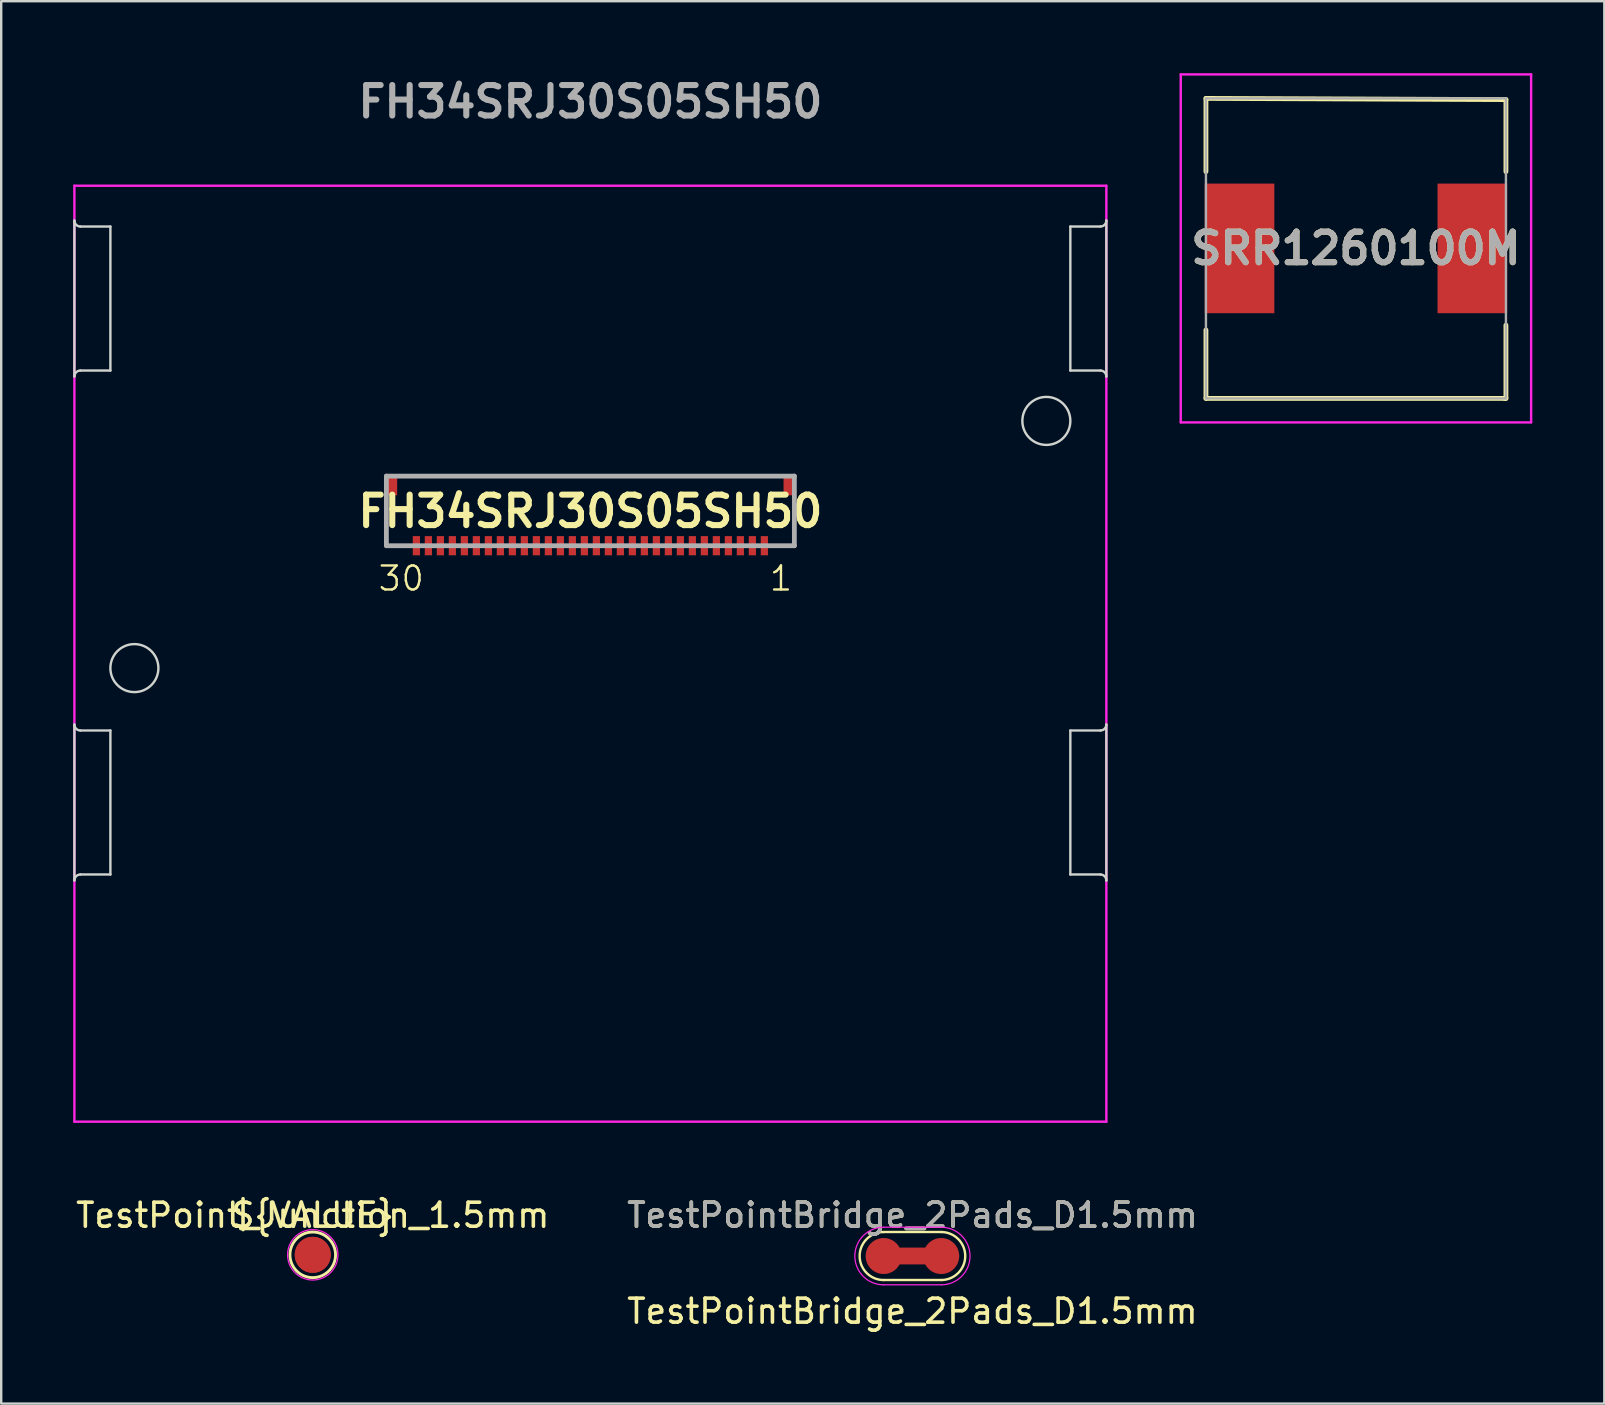
<source format=kicad_pcb>
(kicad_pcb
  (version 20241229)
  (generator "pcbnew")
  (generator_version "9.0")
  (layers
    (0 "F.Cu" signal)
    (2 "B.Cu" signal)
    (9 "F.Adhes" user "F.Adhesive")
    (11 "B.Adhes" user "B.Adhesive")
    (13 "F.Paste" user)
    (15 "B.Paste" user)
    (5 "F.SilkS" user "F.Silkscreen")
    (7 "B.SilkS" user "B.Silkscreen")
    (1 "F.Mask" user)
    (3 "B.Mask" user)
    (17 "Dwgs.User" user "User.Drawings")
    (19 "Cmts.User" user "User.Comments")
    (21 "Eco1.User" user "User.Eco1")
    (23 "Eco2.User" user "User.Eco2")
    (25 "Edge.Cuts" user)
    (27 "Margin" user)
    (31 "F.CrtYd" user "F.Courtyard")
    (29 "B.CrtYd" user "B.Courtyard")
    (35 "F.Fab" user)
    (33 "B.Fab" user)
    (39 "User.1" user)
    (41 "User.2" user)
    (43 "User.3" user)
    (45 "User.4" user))
  (footprint "SRR1260100M"
    (layer "F.Cu")
    (at 53.45 7.3)
    (property "Reference" "SRR1260100M" (at 0 0 0) (layer "F.SilkS") (effects (font (size 1.27 1.27) (thickness 0.254))))
    (attr smd)
    (fp_line (start -6.25 -6.25) (end -6.25 -3.2) (stroke (width 0.2) (type solid)) (layer "F.SilkS"))
    (fp_line (start -6.25 3.4) (end -6.25 6.25) (stroke (width 0.2) (type solid)) (layer "F.SilkS"))
    (fp_line (start -6.25 6.25) (end 6.2 6.25) (stroke (width 0.2) (type solid)) (layer "F.SilkS"))
    (fp_line (start 6.2 6.25) (end 6.25 6.25) (stroke (width 0.2) (type solid)) (layer "F.SilkS"))
    (fp_line (start 6.25 -6.2) (end -6.25 -6.25) (stroke (width 0.2) (type solid)) (layer "F.SilkS"))
    (fp_line (start 6.25 -3.2) (end 6.25 -6.2) (stroke (width 0.2) (type solid)) (layer "F.SilkS"))
    (fp_line (start 6.25 6.25) (end 6.25 3.2) (stroke (width 0.2) (type solid)) (layer "F.SilkS"))
    (fp_line (start -7.3 -7.25) (end 7.3 -7.25) (stroke (width 0.1) (type solid)) (layer "F.CrtYd"))
    (fp_line (start -7.3 7.25) (end -7.3 -7.25) (stroke (width 0.1) (type solid)) (layer "F.CrtYd"))
    (fp_line (start 7.3 -7.25) (end 7.3 7.25) (stroke (width 0.1) (type solid)) (layer "F.CrtYd"))
    (fp_line (start 7.3 7.25) (end -7.3 7.25) (stroke (width 0.1) (type solid)) (layer "F.CrtYd"))
    (fp_line (start -6.25 -6.25) (end -6.25 6.25) (stroke (width 0.1) (type solid)) (layer "F.Fab"))
    (fp_line (start -6.25 6.25) (end 6.25 6.25) (stroke (width 0.1) (type solid)) (layer "F.Fab"))
    (fp_line (start 6.25 -6.25) (end -6.25 -6.25) (stroke (width 0.1) (type solid)) (layer "F.Fab"))
    (fp_line (start 6.25 6.25) (end 6.25 -6.25) (stroke (width 0.1) (type solid)) (layer "F.Fab"))
    (fp_text user "${REFERENCE}" (at 0 0 0) (layer "F.Fab") (effects (font (size 1.27 1.27) (thickness 0.254))))
    (pad "1" smd rect (at -4.85 0) (size 2.9 5.4) (layers "F.Cu" "F.Mask" "F.Paste"))
    (pad "2" smd rect (at 4.85 0) (size 2.9 5.4) (layers "F.Cu" "F.Mask" "F.Paste")))
  (footprint "FH34SRJ30S05SH50"
    (layer "F.Cu")
    (at 21.55 19.689)
    (property "Reference" "FH34SRJ30S05SH50" (at 0 -1.433 180) (layer "F.SilkS") (effects (font (size 1.27 1.27) (thickness 0.254))))
    (attr smd)
    (fp_line (start 7.375 -2.9) (end -7.375 -2.9) (stroke (width 0.1) (type solid)) (layer "F.SilkS"))
    (fp_line (start -21.5 -7.05) (end -21.5 -13.55) (stroke (width 0.1) (type default)) (layer "Edge.Cuts"))
    (fp_line (start -21.5 13.95) (end -21.5 7.45) (stroke (width 0.1) (type default)) (layer "Edge.Cuts"))
    (fp_line (start -21.25 -7.3) (end -20 -7.3) (stroke (width 0.1) (type default)) (layer "Edge.Cuts"))
    (fp_line (start -21.25 13.7) (end -20 13.7) (stroke (width 0.1) (type default)) (layer "Edge.Cuts"))
    (fp_line (start -20 -13.3) (end -21.25 -13.3) (stroke (width 0.1) (type default)) (layer "Edge.Cuts"))
    (fp_line (start -20 -7.3) (end -20 -13.3) (stroke (width 0.1) (type default)) (layer "Edge.Cuts"))
    (fp_line (start -20 7.7) (end -21.25 7.7) (stroke (width 0.1) (type default)) (layer "Edge.Cuts"))
    (fp_line (start -20 13.7) (end -20 7.7) (stroke (width 0.1) (type default)) (layer "Edge.Cuts"))
    (fp_line (start 20 -13.3) (end 20 -7.3) (stroke (width 0.1) (type default)) (layer "Edge.Cuts"))
    (fp_line (start 20 -7.3) (end 21.25 -7.3) (stroke (width 0.1) (type default)) (layer "Edge.Cuts"))
    (fp_line (start 20 7.7) (end 20 13.7) (stroke (width 0.1) (type default)) (layer "Edge.Cuts"))
    (fp_line (start 20 13.7) (end 21.25 13.7) (stroke (width 0.1) (type default)) (layer "Edge.Cuts"))
    (fp_line (start 21.25 -13.3) (end 20 -13.3) (stroke (width 0.1) (type default)) (layer "Edge.Cuts"))
    (fp_line (start 21.25 7.7) (end 20 7.7) (stroke (width 0.1) (type default)) (layer "Edge.Cuts"))
    (fp_line (start 21.5 -7.05) (end 21.5 -13.55) (stroke (width 0.1) (type default)) (layer "Edge.Cuts"))
    (fp_line (start 21.5 13.95) (end 21.5 7.45) (stroke (width 0.1) (type default)) (layer "Edge.Cuts"))
    (fp_arc (start -21.5 -7.05) (mid -21.426777 -7.226777) (end -21.25 -7.3) (stroke (width 0.1) (type default)) (layer "Edge.Cuts"))
    (fp_arc (start -21.5 13.95) (mid -21.426777 13.773223) (end -21.25 13.7) (stroke (width 0.1) (type default)) (layer "Edge.Cuts"))
    (fp_arc (start -21.25 -13.3) (mid -21.426777 -13.373223) (end -21.5 -13.55) (stroke (width 0.1) (type default)) (layer "Edge.Cuts"))
    (fp_arc (start -21.25 7.7) (mid -21.426777 7.626777) (end -21.5 7.45) (stroke (width 0.1) (type default)) (layer "Edge.Cuts"))
    (fp_arc (start 21.25 -7.3) (mid 21.426777 -7.226777) (end 21.5 -7.05) (stroke (width 0.1) (type default)) (layer "Edge.Cuts"))
    (fp_arc (start 21.25 13.7) (mid 21.426777 13.773223) (end 21.5 13.95) (stroke (width 0.1) (type default)) (layer "Edge.Cuts"))
    (fp_arc (start 21.5 -13.55) (mid 21.426777 -13.373223) (end 21.25 -13.3) (stroke (width 0.1) (type default)) (layer "Edge.Cuts"))
    (fp_arc (start 21.5 7.45) (mid 21.426777 7.626777) (end 21.25 7.7) (stroke (width 0.1) (type default)) (layer "Edge.Cuts"))
    (fp_circle (center -19 5.1) (end -18 5.1) (stroke (width 0.1) (type default)) (fill no) (layer "Edge.Cuts"))
    (fp_circle (center 19 -5.2) (end 20 -5.2) (stroke (width 0.1) (type default)) (fill no) (layer "Edge.Cuts"))
    (fp_line (start -21.5 -15) (end 21.5 -15) (stroke (width 0.1) (type solid)) (layer "F.CrtYd"))
    (fp_line (start -21.5 24) (end -21.5 -15) (stroke (width 0.1) (type solid)) (layer "F.CrtYd"))
    (fp_line (start 21.5 -15) (end 21.5 24) (stroke (width 0.1) (type solid)) (layer "F.CrtYd"))
    (fp_line (start 21.5 24) (end -21.5 24) (stroke (width 0.1) (type solid)) (layer "F.CrtYd"))
    (fp_line (start -8.5 -2.9) (end 8.5 -2.9) (stroke (width 0.2) (type solid)) (layer "F.Fab"))
    (fp_line (start -8.5 0) (end -8.5 -2.9) (stroke (width 0.2) (type solid)) (layer "F.Fab"))
    (fp_line (start 8.5 -2.9) (end 8.5 0) (stroke (width 0.2) (type solid)) (layer "F.Fab"))
    (fp_line (start 8.5 0) (end -8.5 0) (stroke (width 0.2) (type solid)) (layer "F.Fab"))
    (fp_text user "1" (at 7.4 1.95 0) (unlocked yes) (layer "F.SilkS") (effects (font (size 1 1) (thickness 0.1)) (justify left bottom)))
    (fp_text user "30" (at -8.9 1.95 0) (unlocked yes) (layer "F.SilkS") (effects (font (size 1 1) (thickness 0.1)) (justify left bottom)))
    (fp_text user "${REFERENCE}" (at 0 -18.5 180) (layer "F.Fab") (effects (font (size 1.27 1.27) (thickness 0.254))))
    (pad "1" smd rect (at 7.25 0 180) (size 0.3 0.8) (layers "F.Cu" "F.Mask" "F.Paste"))
    (pad "2" smd rect (at 6.75 0 180) (size 0.3 0.8) (layers "F.Cu" "F.Mask" "F.Paste"))
    (pad "3" smd rect (at 6.25 0 180) (size 0.3 0.8) (layers "F.Cu" "F.Mask" "F.Paste"))
    (pad "4" smd rect (at 5.75 0 180) (size 0.3 0.8) (layers "F.Cu" "F.Mask" "F.Paste"))
    (pad "5" smd rect (at 5.25 0 180) (size 0.3 0.8) (layers "F.Cu" "F.Mask" "F.Paste"))
    (pad "6" smd rect (at 4.75 0 180) (size 0.3 0.8) (layers "F.Cu" "F.Mask" "F.Paste"))
    (pad "7" smd rect (at 4.25 0 180) (size 0.3 0.8) (layers "F.Cu" "F.Mask" "F.Paste"))
    (pad "8" smd rect (at 3.75 0 180) (size 0.3 0.8) (layers "F.Cu" "F.Mask" "F.Paste"))
    (pad "9" smd rect (at 3.25 0 180) (size 0.3 0.8) (layers "F.Cu" "F.Mask" "F.Paste"))
    (pad "10" smd rect (at 2.75 0 180) (size 0.3 0.8) (layers "F.Cu" "F.Mask" "F.Paste"))
    (pad "11" smd rect (at 2.25 0 180) (size 0.3 0.8) (layers "F.Cu" "F.Mask" "F.Paste"))
    (pad "12" smd rect (at 1.75 0 180) (size 0.3 0.8) (layers "F.Cu" "F.Mask" "F.Paste"))
    (pad "13" smd rect (at 1.25 0 180) (size 0.3 0.8) (layers "F.Cu" "F.Mask" "F.Paste"))
    (pad "14" smd rect (at 0.75 0 180) (size 0.3 0.8) (layers "F.Cu" "F.Mask" "F.Paste"))
    (pad "15" smd rect (at 0.25 0 180) (size 0.3 0.8) (layers "F.Cu" "F.Mask" "F.Paste"))
    (pad "16" smd rect (at -0.25 0 180) (size 0.3 0.8) (layers "F.Cu" "F.Mask" "F.Paste"))
    (pad "17" smd rect (at -0.75 0 180) (size 0.3 0.8) (layers "F.Cu" "F.Mask" "F.Paste"))
    (pad "18" smd rect (at -1.25 0 180) (size 0.3 0.8) (layers "F.Cu" "F.Mask" "F.Paste"))
    (pad "19" smd rect (at -1.75 0 180) (size 0.3 0.8) (layers "F.Cu" "F.Mask" "F.Paste"))
    (pad "20" smd rect (at -2.25 0 180) (size 0.3 0.8) (layers "F.Cu" "F.Mask" "F.Paste"))
    (pad "21" smd rect (at -2.75 0 180) (size 0.3 0.8) (layers "F.Cu" "F.Mask" "F.Paste"))
    (pad "22" smd rect (at -3.25 0 180) (size 0.3 0.8) (layers "F.Cu" "F.Mask" "F.Paste"))
    (pad "23" smd rect (at -3.75 0 180) (size 0.3 0.8) (layers "F.Cu" "F.Mask" "F.Paste"))
    (pad "24" smd rect (at -4.25 0 180) (size 0.3 0.8) (layers "F.Cu" "F.Mask" "F.Paste"))
    (pad "25" smd rect (at -4.75 0 180) (size 0.3 0.8) (layers "F.Cu" "F.Mask" "F.Paste"))
    (pad "26" smd rect (at -5.25 0 180) (size 0.3 0.8) (layers "F.Cu" "F.Mask" "F.Paste"))
    (pad "27" smd rect (at -5.75 0 180) (size 0.3 0.8) (layers "F.Cu" "F.Mask" "F.Paste"))
    (pad "28" smd rect (at -6.25 0 180) (size 0.3 0.8) (layers "F.Cu" "F.Mask" "F.Paste"))
    (pad "29" smd rect (at -6.75 0 180) (size 0.3 0.8) (layers "F.Cu" "F.Mask" "F.Paste"))
    (pad "30" smd rect (at -7.25 0 180) (size 0.3 0.8) (layers "F.Cu" "F.Mask" "F.Paste"))
    (pad "MP1" smd rect (at 8.25 -2.5 180) (size 0.4 0.8) (layers "F.Cu" "F.Mask" "F.Paste"))
    (pad "MP2" smd rect (at -8.25 -2.5 180) (size 0.4 0.8) (layers "F.Cu" "F.Mask" "F.Paste")))
  (footprint "TestPoint_Junction_1.5mm"
    (layer "F.Cu")
    (at 9.982 49.237)
    (property "Reference" "TestPoint_Junction_1.5mm" (at 0 -1.648 0) (layer "F.SilkS") (effects (font (size 1 1) (thickness 0.15))))
    (property "Value" "${VALUE}" (at 0 -1.65 0) (layer "F.Fab") (hide yes) (effects (font (size 1 1) (thickness 0.15))))
    (attr exclude_from_pos_files exclude_from_bom allow_soldermask_bridges)
    (fp_circle (center 0 0) (end 0 0.95) (stroke (width 0.12) (type solid)) (fill no) (layer "F.SilkS"))
    (fp_circle (center 0 0) (end 1.05 0) (stroke (width 0.05) (type solid)) (fill no) (layer "F.CrtYd"))
    (fp_text user "${VALUE}" (at 0 -1.65 0) (layer "F.SilkS") (effects (font (size 1 1) (thickness 0.15))))
    (pad "1" smd circle (at 0 0) (size 1.5 1.5) (layers "F.Cu" "F.Mask"))
    (pad "2" smd circle (at 0 0) (size 1.5 1.5) (layers "F.Cu" "F.Mask")))
  (footprint "TestPointBridge_2Pads_D1.5mm"
    (layer "F.Cu")
    (at 34.97 49.287)
    (property "Reference" "TestPointBridge_2Pads_D1.5mm" (at 0 -1.7 0) (layer "F.SilkS") (effects (font (size 1 1) (thickness 0.15))))
    (property "Value" "TestPointBridge_2Pads_D1.5mm" (at 0 2.3 0) (layer "F.Fab") (hide yes) (effects (font (size 1 1) (thickness 0.15))))
    (attr smd exclude_from_pos_files exclude_from_bom)
    (fp_line (start -1.2 0) (end 1.2 0) (stroke (width 0.7) (type default)) (layer "F.Cu"))
    (fp_line (start -1.2 1) (end 1.2 1) (stroke (width 0.1) (type default)) (layer "F.SilkS"))
    (fp_line (start 1.2 -1) (end -1.2 -1) (stroke (width 0.1) (type default)) (layer "F.SilkS"))
    (fp_arc (start -1.2 1) (mid -2.2 0) (end -1.2 -1) (stroke (width 0.1) (type default)) (layer "F.SilkS"))
    (fp_arc (start 1.2 -1) (mid 2.2 0) (end 1.2 1) (stroke (width 0.1) (type default)) (layer "F.SilkS"))
    (fp_line (start -1.2 -1.2) (end 1.2 -1.2) (stroke (width 0.05) (type default)) (layer "F.CrtYd"))
    (fp_line (start 1.2 1.2) (end -1.2 1.2) (stroke (width 0.05) (type default)) (layer "F.CrtYd"))
    (fp_arc (start -1.2 1.2) (mid -2.4 0) (end -1.2 -1.2) (stroke (width 0.05) (type default)) (layer "F.CrtYd"))
    (fp_arc (start 1.2 -1.2) (mid 2.4 0) (end 1.2 1.2) (stroke (width 0.05) (type default)) (layer "F.CrtYd"))
    (fp_text user "${VALUE}" (at 0 2.3 0) (layer "F.SilkS") (effects (font (size 1 1) (thickness 0.15))))
    (fp_text user "${REFERENCE}" (at 0 -1.7 0) (layer "F.Fab") (effects (font (size 1 1) (thickness 0.15))))
    (pad "1" smd circle (at -1.2 0) (size 1.5 1.5) (layers "F.Cu" "F.Mask"))
    (pad "2" smd circle (at 1.2 0) (size 1.5 1.5) (layers "F.Cu" "F.Mask")))
  (gr_rect
    (start -3 -3)
    (end 63.8 55.435)
    (stroke (width 0.1) (type default))
    (fill no)
    (layer "Edge.Cuts")))
</source>
